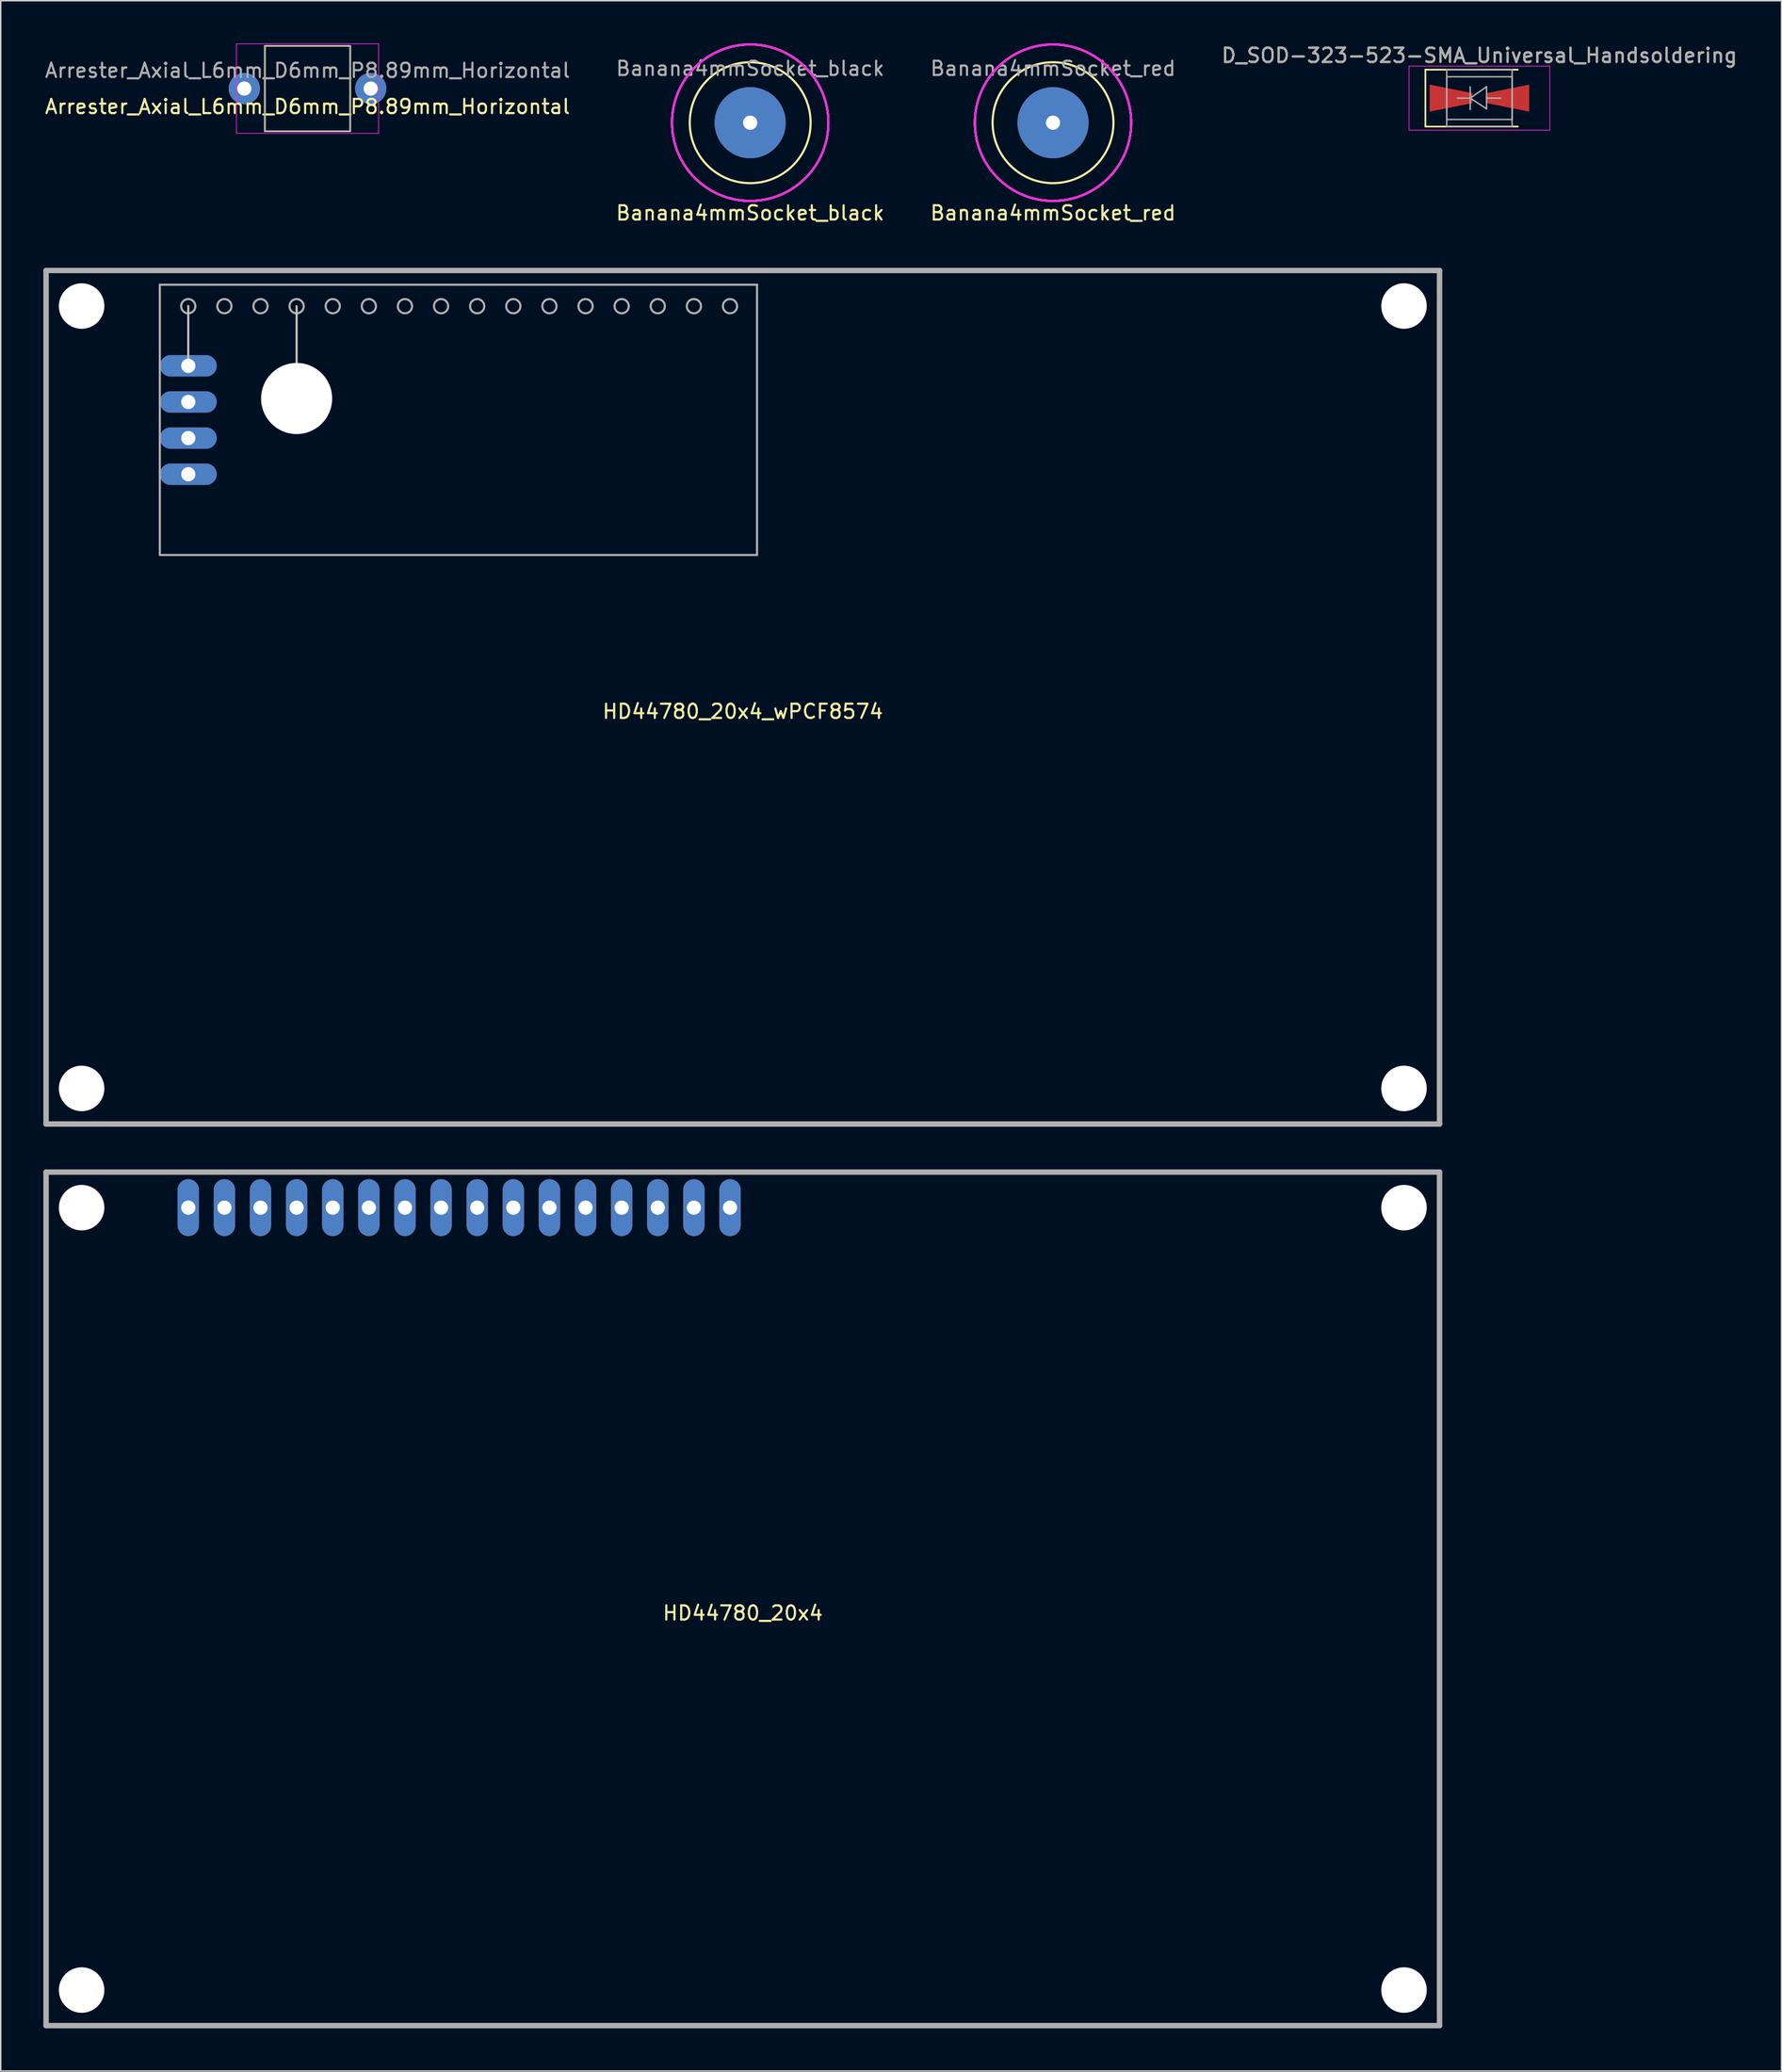
<source format=kicad_pcb>
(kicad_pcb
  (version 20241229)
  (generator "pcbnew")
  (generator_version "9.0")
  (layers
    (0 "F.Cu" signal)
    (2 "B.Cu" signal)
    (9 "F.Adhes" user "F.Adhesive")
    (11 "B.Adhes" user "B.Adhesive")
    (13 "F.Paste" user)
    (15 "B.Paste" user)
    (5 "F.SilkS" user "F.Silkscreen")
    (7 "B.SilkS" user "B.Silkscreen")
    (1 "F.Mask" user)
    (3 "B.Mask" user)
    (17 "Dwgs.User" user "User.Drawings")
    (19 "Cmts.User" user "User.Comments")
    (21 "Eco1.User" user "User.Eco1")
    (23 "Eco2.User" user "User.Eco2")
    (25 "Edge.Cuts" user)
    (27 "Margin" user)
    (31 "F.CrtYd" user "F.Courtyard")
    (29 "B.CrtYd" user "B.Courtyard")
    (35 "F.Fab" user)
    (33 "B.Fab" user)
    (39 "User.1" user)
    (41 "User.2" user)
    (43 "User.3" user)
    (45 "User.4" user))
  (footprint "Arrester_Axial_L6mm_D6mm_P8.89mm_Horizontal"
    (layer "F.Cu")
    (at 18.577 3.175)
    (property "Reference" "Arrester_Axial_L6mm_D6mm_P8.89mm_Horizontal" (at 0 1.27 0) (layer "F.SilkS") (effects (font (size 1 1) (thickness 0.15))))
    (attr through_hole)
    (fp_line (start -3 -3) (end -3 3) (stroke (width 0.12) (type solid)) (layer "F.SilkS"))
    (fp_line (start -3 3) (end 3 3) (stroke (width 0.12) (type solid)) (layer "F.SilkS"))
    (fp_line (start 3 -3) (end -3 -3) (stroke (width 0.12) (type solid)) (layer "F.SilkS"))
    (fp_line (start 3 3) (end 3 -3) (stroke (width 0.12) (type solid)) (layer "F.SilkS"))
    (fp_line (start -5 -3.15) (end -5 3.15) (stroke (width 0.05) (type solid)) (layer "F.CrtYd"))
    (fp_line (start -5 3.15) (end 5 3.15) (stroke (width 0.05) (type solid)) (layer "F.CrtYd"))
    (fp_line (start 5 -3.15) (end -5 -3.15) (stroke (width 0.05) (type solid)) (layer "F.CrtYd"))
    (fp_line (start 5 3.15) (end 5 -3.15) (stroke (width 0.05) (type solid)) (layer "F.CrtYd"))
    (fp_line (start -3 -3) (end -3 3) (stroke (width 0.1) (type solid)) (layer "F.Fab"))
    (fp_line (start -3 3) (end 3 3) (stroke (width 0.1) (type solid)) (layer "F.Fab"))
    (fp_line (start 3 -3) (end -3 -3) (stroke (width 0.1) (type solid)) (layer "F.Fab"))
    (fp_line (start 3 3) (end 3 -3) (stroke (width 0.1) (type solid)) (layer "F.Fab"))
    (fp_text user "${REFERENCE}" (at 0 -1.27 0) (layer "F.Fab") (effects (font (size 1 1) (thickness 0.15))))
    (pad "1" thru_hole circle (at -4.445 0) (size 2.2 2.2) (drill 1) (layers "*.Cu" "*.Mask"))
    (pad "2" thru_hole oval (at 4.445 0) (size 2.2 2.2) (drill 1) (layers "*.Cu" "*.Mask")))
  (footprint "Banana4mmSocket_red"
    (layer "F.Cu")
    (at 71.006 5.575)
    (property "Reference" "Banana4mmSocket_red" (at 0 6.35 0) (layer "F.SilkS") (effects (font (size 1 1) (thickness 0.15))))
    (attr through_hole)
    (fp_circle (center 0 0) (end 4.25 0) (stroke (width 0.15) (type solid)) (fill no) (layer "F.SilkS"))
    (fp_circle (center 0 0) (end 5.5 0) (stroke (width 0.15) (type solid)) (fill no) (layer "F.SilkS"))
    (fp_circle (center 0 0) (end 5.5 0) (stroke (width 0.15) (type solid)) (fill no) (layer "F.CrtYd"))
    (fp_circle (center 0 0) (end 5.5 0) (stroke (width 0.15) (type solid)) (fill no) (layer "F.Fab"))
    (fp_text user "${REFERENCE}" (at 0 -3.81 0) (layer "F.Fab") (effects (font (size 1 1) (thickness 0.15))))
    (pad "1" thru_hole circle (at 0 0) (size 5 5) (drill 1) (layers "*.Cu" "*.Mask")))
  (footprint "D_SOD-323-523-SMA_Universal_Handsoldering"
    (layer "F.Cu")
    (at 100.994 3.848)
    (property "Reference" "D_SOD-323-523-SMA_Universal_Handsoldering" (at 0 -3 0) (layer "F.SilkS") (effects (font (size 1 1) (thickness 0.15))))
    (attr smd)
    (fp_line (start -3.8 -2) (end -3.8 2) (stroke (width 0.12) (type solid)) (layer "F.SilkS"))
    (fp_line (start -3.8 -2) (end 2.7 -2) (stroke (width 0.12) (type solid)) (layer "F.SilkS"))
    (fp_line (start -3.8 2) (end 2.7 2) (stroke (width 0.12) (type solid)) (layer "F.SilkS"))
    (fp_line (start -4.95 -2.25) (end 4.95 -2.25) (stroke (width 0.05) (type solid)) (layer "F.CrtYd"))
    (fp_line (start -4.95 2.25) (end -4.95 -2.25) (stroke (width 0.05) (type solid)) (layer "F.CrtYd"))
    (fp_line (start 4.95 -2.25) (end 4.95 2.25) (stroke (width 0.05) (type solid)) (layer "F.CrtYd"))
    (fp_line (start 4.95 2.25) (end -4.95 2.25) (stroke (width 0.05) (type solid)) (layer "F.CrtYd"))
    (fp_line (start -2.3 1.5) (end -2.3 -1.5) (stroke (width 0.1) (type solid)) (layer "F.Fab"))
    (fp_line (start -2.3 2) (end -2.3 -2) (stroke (width 0.1) (type solid)) (layer "F.Fab"))
    (fp_line (start -0.649 -0.799) (end -0.649 0.801) (stroke (width 0.1) (type solid)) (layer "F.Fab"))
    (fp_line (start -0.649 0.001) (end -1.551 0.001) (stroke (width 0.1) (type solid)) (layer "F.Fab"))
    (fp_line (start -0.649 0.001) (end 0.501 -0.799) (stroke (width 0.1) (type solid)) (layer "F.Fab"))
    (fp_line (start -0.649 0.001) (end 0.501 0.75) (stroke (width 0.1) (type solid)) (layer "F.Fab"))
    (fp_line (start 0.501 0.001) (end 1.499 0.001) (stroke (width 0.1) (type solid)) (layer "F.Fab"))
    (fp_line (start 0.501 0.75) (end 0.501 -0.799) (stroke (width 0.1) (type solid)) (layer "F.Fab"))
    (fp_line (start 2.3 -2) (end -2.3 -2) (stroke (width 0.1) (type solid)) (layer "F.Fab"))
    (fp_line (start 2.3 -2) (end 2.3 2) (stroke (width 0.1) (type solid)) (layer "F.Fab"))
    (fp_line (start 2.3 -1.5) (end -2.3 -1.5) (stroke (width 0.1) (type solid)) (layer "F.Fab"))
    (fp_line (start 2.3 -1.5) (end 2.3 1.5) (stroke (width 0.1) (type solid)) (layer "F.Fab"))
    (fp_line (start 2.3 1.5) (end -2.3 1.5) (stroke (width 0.1) (type solid)) (layer "F.Fab"))
    (fp_line (start 2.3 2) (end -2.3 2) (stroke (width 0.1) (type solid)) (layer "F.Fab"))
    (fp_text user "${REFERENCE}" (at 0 -3 0) (layer "F.Fab") (effects (font (size 1 1) (thickness 0.15))))
    (pad "1" smd trapezoid (at -2 0) (size 3 1.3) (rect_delta 0.6 0) (layers "F.Cu" "F.Mask" "F.Paste"))
    (pad "2" smd trapezoid (at 2 0 180) (size 3 1.3) (rect_delta 0.6 0) (layers "F.Cu" "F.Mask" "F.Paste")))
  (footprint "HD44780_20x4"
    (layer "F.Cu")
    (at 49.19 109.345)
    (property "Reference" "HD44780_20x4" (at 0 1 0) (layer "F.SilkS") (effects (font (size 1 1) (thickness 0.15))))
    (attr through_hole)
    (fp_line (start -48.999 -30) (end 48.999 -30) (stroke (width 0.381) (type solid)) (layer "F.Fab"))
    (fp_line (start -48.999 30) (end -48.999 -30) (stroke (width 0.381) (type solid)) (layer "F.Fab"))
    (fp_line (start 48.999 -30) (end 48.999 30) (stroke (width 0.381) (type solid)) (layer "F.Fab"))
    (fp_line (start 48.999 30) (end -48.999 30) (stroke (width 0.381) (type solid)) (layer "F.Fab"))
    (fp_circle (center -46.5 -27.501) (end -46.5 -27.475) (stroke (width 0.381) (type solid)) (fill no) (layer "F.Fab"))
    (fp_circle (center -46.5 27.501) (end -46.474 27.526) (stroke (width 0.381) (type solid)) (fill no) (layer "F.Fab"))
    (fp_circle (center 46.5 -27.501) (end 46.5 -27.475) (stroke (width 0.381) (type solid)) (fill no) (layer "F.Fab"))
    (fp_circle (center 46.5 27.501) (end 46.5 27.526) (stroke (width 0.381) (type solid)) (fill no) (layer "F.Fab"))
    (pad "" np_thru_hole circle (at -46.5 -27.5) (size 3.2 3.2) (drill 3.2) (layers "*.Cu" "*.Mask"))
    (pad "" np_thru_hole circle (at -46.5 27.5) (size 3.2 3.2) (drill 3.2) (layers "*.Cu" "*.Mask"))
    (pad "" np_thru_hole circle (at 46.5 -27.5) (size 3.2 3.2) (drill 3.2) (layers "*.Cu" "*.Mask"))
    (pad "" np_thru_hole circle (at 46.5 27.5) (size 3.2 3.2) (drill 3.2) (layers "*.Cu" "*.Mask"))
    (pad "1" thru_hole oval (at -38.999 -27.501) (size 1.501 4) (drill 1) (layers "*.Cu" "*.Mask"))
    (pad "2" thru_hole oval (at -36.459 -27.501) (size 1.501 4) (drill 1) (layers "*.Cu" "*.Mask"))
    (pad "3" thru_hole oval (at -33.919 -27.501) (size 1.501 4) (drill 1) (layers "*.Cu" "*.Mask"))
    (pad "4" thru_hole oval (at -31.379 -27.501) (size 1.501 4) (drill 1) (layers "*.Cu" "*.Mask"))
    (pad "5" thru_hole oval (at -28.839 -27.501) (size 1.501 4) (drill 1) (layers "*.Cu" "*.Mask"))
    (pad "6" thru_hole oval (at -26.299 -27.501) (size 1.501 4) (drill 1) (layers "*.Cu" "*.Mask"))
    (pad "7" thru_hole oval (at -23.759 -27.501) (size 1.501 4) (drill 1) (layers "*.Cu" "*.Mask"))
    (pad "8" thru_hole oval (at -21.219 -27.501) (size 1.501 4) (drill 1) (layers "*.Cu" "*.Mask"))
    (pad "9" thru_hole oval (at -18.679 -27.501) (size 1.501 4) (drill 1) (layers "*.Cu" "*.Mask"))
    (pad "10" thru_hole oval (at -16.139 -27.501) (size 1.501 4) (drill 1) (layers "*.Cu" "*.Mask"))
    (pad "11" thru_hole oval (at -13.599 -27.501) (size 1.501 4) (drill 1) (layers "*.Cu" "*.Mask"))
    (pad "12" thru_hole oval (at -11.059 -27.501) (size 1.501 4) (drill 1) (layers "*.Cu" "*.Mask"))
    (pad "13" thru_hole oval (at -8.519 -27.501) (size 1.501 4) (drill 1) (layers "*.Cu" "*.Mask"))
    (pad "14" thru_hole oval (at -5.979 -27.501) (size 1.501 4) (drill 1) (layers "*.Cu" "*.Mask"))
    (pad "15" thru_hole oval (at -3.439 -27.501) (size 1.501 4) (drill 1) (layers "*.Cu" "*.Mask"))
    (pad "16" thru_hole oval (at -0.899 -27.501) (size 1.501 4) (drill 1) (layers "*.Cu" "*.Mask")))
  (footprint "Banana4mmSocket_black"
    (layer "F.Cu")
    (at 49.708 5.575)
    (property "Reference" "Banana4mmSocket_black" (at 0 6.35 0) (layer "F.SilkS") (effects (font (size 1 1) (thickness 0.15))))
    (attr through_hole)
    (fp_circle (center 0 0) (end 4.25 0) (stroke (width 0.15) (type solid)) (fill no) (layer "F.SilkS"))
    (fp_circle (center 0 0) (end 5.5 0) (stroke (width 0.15) (type solid)) (fill no) (layer "F.SilkS"))
    (fp_circle (center 0 0) (end 5.5 0) (stroke (width 0.15) (type solid)) (fill no) (layer "F.CrtYd"))
    (fp_circle (center 0 0) (end 5.5 0) (stroke (width 0.15) (type solid)) (fill no) (layer "F.Fab"))
    (fp_text user "${REFERENCE}" (at 0 -3.81 0) (layer "F.Fab") (effects (font (size 1 1) (thickness 0.15))))
    (pad "1" thru_hole circle (at 0 0) (size 5 5) (drill 1) (layers "*.Cu" "*.Mask")))
  (footprint "HD44780_20x4_wPCF8574"
    (layer "F.Cu")
    (at 49.19 45.964)
    (property "Reference" "HD44780_20x4_wPCF8574" (at 0 1 0) (layer "F.SilkS") (effects (font (size 1 1) (thickness 0.15))))
    (attr through_hole)
    (fp_line (start -39 -27.5) (end -39 -23.3) (stroke (width 0.15) (type solid)) (layer "Dwgs.User"))
    (fp_line (start -31.38 -27.49) (end -31.38 -21) (stroke (width 0.15) (type solid)) (layer "Dwgs.User"))
    (fp_line (start -48.999 -30) (end 48.999 -30) (stroke (width 0.381) (type solid)) (layer "F.Fab"))
    (fp_line (start -48.999 30) (end -48.999 -30) (stroke (width 0.381) (type solid)) (layer "F.Fab"))
    (fp_line (start -41 -29) (end -41 -10) (stroke (width 0.15) (type solid)) (layer "F.Fab"))
    (fp_line (start -41 -29) (end 1 -29) (stroke (width 0.15) (type solid)) (layer "F.Fab"))
    (fp_line (start 1 -10) (end -41 -10) (stroke (width 0.15) (type solid)) (layer "F.Fab"))
    (fp_line (start 1 -10) (end 1 -29) (stroke (width 0.15) (type solid)) (layer "F.Fab"))
    (fp_line (start 48.999 -30) (end 48.999 30) (stroke (width 0.381) (type solid)) (layer "F.Fab"))
    (fp_line (start 48.999 30) (end -48.999 30) (stroke (width 0.381) (type solid)) (layer "F.Fab"))
    (fp_circle (center -46.5 -27.501) (end -46.5 -27.475) (stroke (width 0.381) (type solid)) (fill no) (layer "F.Fab"))
    (fp_circle (center -46.5 27.501) (end -46.474 27.526) (stroke (width 0.381) (type solid)) (fill no) (layer "F.Fab"))
    (fp_circle (center -39 -27.49) (end -38.5 -27.49) (stroke (width 0.15) (type solid)) (fill no) (layer "F.Fab"))
    (fp_circle (center -36.46 -27.49) (end -35.96 -27.49) (stroke (width 0.15) (type solid)) (fill no) (layer "F.Fab"))
    (fp_circle (center -33.92 -27.49) (end -33.42 -27.49) (stroke (width 0.15) (type solid)) (fill no) (layer "F.Fab"))
    (fp_circle (center -31.38 -27.49) (end -30.88 -27.49) (stroke (width 0.15) (type solid)) (fill no) (layer "F.Fab"))
    (fp_circle (center -28.84 -27.49) (end -28.34 -27.49) (stroke (width 0.15) (type solid)) (fill no) (layer "F.Fab"))
    (fp_circle (center -26.3 -27.49) (end -25.8 -27.49) (stroke (width 0.15) (type solid)) (fill no) (layer "F.Fab"))
    (fp_circle (center -23.76 -27.49) (end -23.26 -27.49) (stroke (width 0.15) (type solid)) (fill no) (layer "F.Fab"))
    (fp_circle (center -21.22 -27.49) (end -20.72 -27.49) (stroke (width 0.15) (type solid)) (fill no) (layer "F.Fab"))
    (fp_circle (center -18.68 -27.49) (end -18.18 -27.49) (stroke (width 0.15) (type solid)) (fill no) (layer "F.Fab"))
    (fp_circle (center -16.14 -27.49) (end -15.64 -27.49) (stroke (width 0.15) (type solid)) (fill no) (layer "F.Fab"))
    (fp_circle (center -13.6 -27.49) (end -13.1 -27.49) (stroke (width 0.15) (type solid)) (fill no) (layer "F.Fab"))
    (fp_circle (center -11.06 -27.49) (end -10.56 -27.49) (stroke (width 0.15) (type solid)) (fill no) (layer "F.Fab"))
    (fp_circle (center -8.52 -27.49) (end -8.02 -27.49) (stroke (width 0.15) (type solid)) (fill no) (layer "F.Fab"))
    (fp_circle (center -5.98 -27.49) (end -5.48 -27.49) (stroke (width 0.15) (type solid)) (fill no) (layer "F.Fab"))
    (fp_circle (center -3.44 -27.49) (end -2.94 -27.49) (stroke (width 0.15) (type solid)) (fill no) (layer "F.Fab"))
    (fp_circle (center -0.9 -27.49) (end -0.4 -27.49) (stroke (width 0.15) (type solid)) (fill no) (layer "F.Fab"))
    (fp_circle (center 46.5 -27.501) (end 46.5 -27.475) (stroke (width 0.381) (type solid)) (fill no) (layer "F.Fab"))
    (fp_circle (center 46.5 27.501) (end 46.5 27.526) (stroke (width 0.381) (type solid)) (fill no) (layer "F.Fab"))
    (pad "" np_thru_hole circle (at -46.5 -27.5) (size 3.2 3.2) (drill 3.2) (layers "*.Cu" "*.Mask"))
    (pad "" np_thru_hole circle (at -46.5 27.5) (size 3.2 3.2) (drill 3.2) (layers "*.Cu" "*.Mask"))
    (pad "" np_thru_hole circle (at -31.38 -21) (size 5 5) (drill 5) (layers "*.Cu" "*.Mask"))
    (pad "" np_thru_hole circle (at 46.5 -27.5) (size 3.2 3.2) (drill 3.2) (layers "*.Cu" "*.Mask"))
    (pad "" np_thru_hole circle (at 46.5 27.5) (size 3.2 3.2) (drill 3.2) (layers "*.Cu" "*.Mask"))
    (pad "1" thru_hole oval (at -38.997 -23.296 270) (size 1.501 4) (drill 1) (layers "*.Cu" "*.Mask"))
    (pad "2" thru_hole oval (at -38.997 -20.756 270) (size 1.501 4) (drill 1) (layers "*.Cu" "*.Mask"))
    (pad "3" thru_hole oval (at -38.997 -18.216 270) (size 1.501 4) (drill 1) (layers "*.Cu" "*.Mask"))
    (pad "4" thru_hole oval (at -38.997 -15.676 270) (size 1.501 4) (drill 1) (layers "*.Cu" "*.Mask")))
  (gr_rect
    (start -3 -3)
    (end 122.238 142.535)
    (stroke (width 0.1) (type default))
    (fill no)
    (layer "Edge.Cuts")))
</source>
